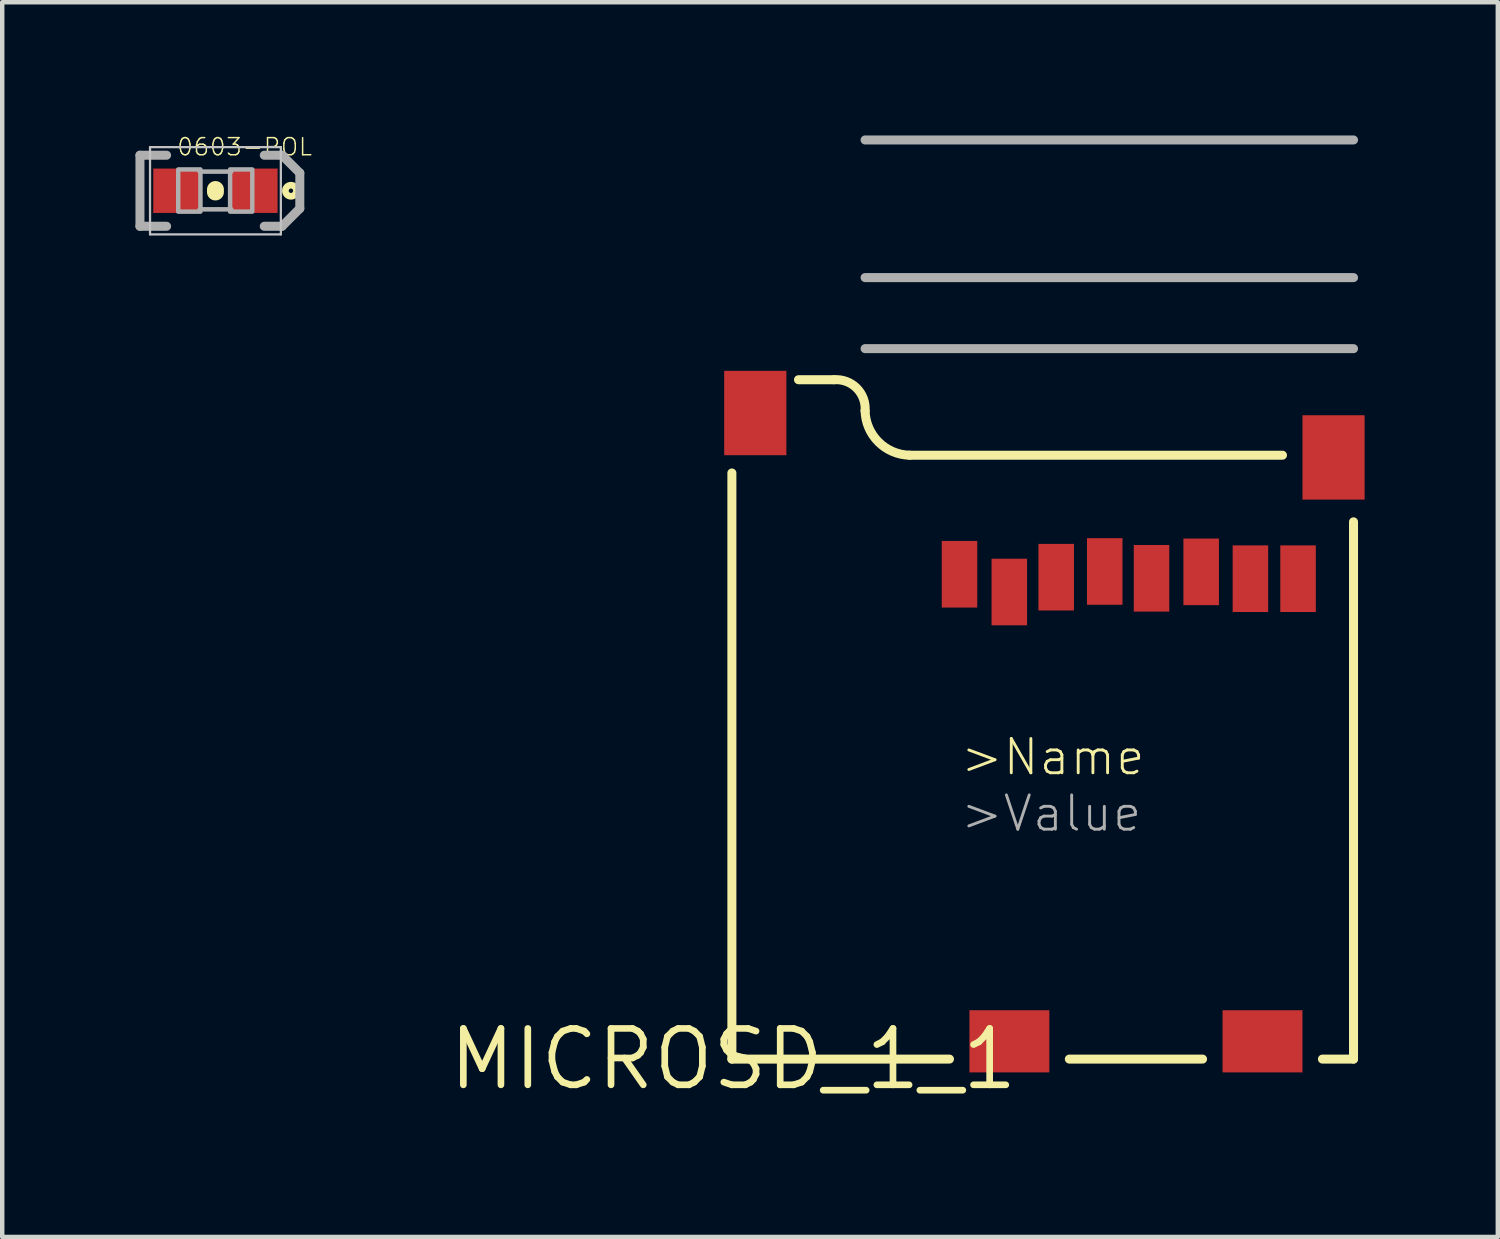
<source format=kicad_pcb>
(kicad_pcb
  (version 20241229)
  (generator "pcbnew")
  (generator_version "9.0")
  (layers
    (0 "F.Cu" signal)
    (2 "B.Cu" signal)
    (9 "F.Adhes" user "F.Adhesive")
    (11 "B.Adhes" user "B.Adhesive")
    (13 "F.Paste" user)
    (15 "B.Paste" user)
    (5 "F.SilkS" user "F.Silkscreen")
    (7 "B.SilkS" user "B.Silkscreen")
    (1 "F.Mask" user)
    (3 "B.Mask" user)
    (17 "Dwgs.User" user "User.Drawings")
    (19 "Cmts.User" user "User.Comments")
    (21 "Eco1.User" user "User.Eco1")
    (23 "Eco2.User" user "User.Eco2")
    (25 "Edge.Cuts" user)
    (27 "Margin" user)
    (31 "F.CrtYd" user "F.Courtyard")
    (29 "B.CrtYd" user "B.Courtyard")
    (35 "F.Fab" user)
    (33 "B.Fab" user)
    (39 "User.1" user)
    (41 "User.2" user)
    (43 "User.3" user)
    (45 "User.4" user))
  (footprint "MICROSD_1_1"
    (layer "F.Cu")
    (at 13.463 20.802)
    (property "Reference" "MICROSD_1_1" (at 0 0 0) (layer "F.SilkS") (effects (font (size 1.27 1.27) (thickness 0.15))))
    (attr through_hole)
    (fp_line (start -0.03 0) (end -0.03 -13.2) (stroke (width 0.203) (type solid)) (layer "F.SilkS"))
    (fp_line (start -0.03 0) (end 4.87 0) (stroke (width 0.203) (type solid)) (layer "F.SilkS"))
    (fp_line (start 2.27 -15.3) (end 1.47 -15.3) (stroke (width 0.203) (type solid)) (layer "F.SilkS"))
    (fp_line (start 3.97 -13.6) (end 12.37 -13.6) (stroke (width 0.203) (type solid)) (layer "F.SilkS"))
    (fp_line (start 10.57 0) (end 7.57 0) (stroke (width 0.203) (type solid)) (layer "F.SilkS"))
    (fp_line (start 13.97 -12.1) (end 13.97 0) (stroke (width 0.203) (type solid)) (layer "F.SilkS"))
    (fp_line (start 13.97 0) (end 13.27 0) (stroke (width 0.203) (type solid)) (layer "F.SilkS"))
    (fp_arc (start 2.27 -15.3) (mid 2.780977 -15.110977) (end 2.97 -14.6) (stroke (width 0.2032) (type solid)) (layer "F.SilkS"))
    (fp_arc (start 3.969998 -13.6) (mid 3.269999 -13.9) (end 2.97 -14.6) (stroke (width 0.2032) (type solid)) (layer "F.SilkS"))
    (fp_line (start 2.97 -16) (end 13.97 -16) (stroke (width 0.203) (type solid)) (layer "F.Fab"))
    (fp_line (start 13.97 -20.7) (end 2.97 -20.7) (stroke (width 0.203) (type solid)) (layer "F.Fab"))
    (fp_line (start 13.97 -17.6) (end 2.97 -17.6) (stroke (width 0.203) (type solid)) (layer "F.Fab"))
    (fp_text user ">Name" (at 5.08 -6.35 0) (layer "F.SilkS") (effects (font (size 0.772 0.772) (thickness 0.065)) (justify left bottom)))
    (fp_text user ">Value" (at 5.08 -5.08 0) (layer "F.Fab") (effects (font (size 0.772 0.772) (thickness 0.065)) (justify left bottom)))
    (pad "1" smd rect (at 5.096 -10.919) (size 0.8 1.5) (layers "F.Cu" "F.Mask" "F.Paste"))
    (pad "2" smd rect (at 6.218 -10.519) (size 0.8 1.5) (layers "F.Cu" "F.Mask" "F.Paste"))
    (pad "3" smd rect (at 7.274 -10.853) (size 0.8 1.5) (layers "F.Cu" "F.Mask" "F.Paste"))
    (pad "4" smd rect (at 8.367 -10.982) (size 0.8 1.5) (layers "F.Cu" "F.Mask" "F.Paste"))
    (pad "5" smd rect (at 9.421 -10.828) (size 0.8 1.5) (layers "F.Cu" "F.Mask" "F.Paste"))
    (pad "6" smd rect (at 10.539 -10.973) (size 0.8 1.5) (layers "F.Cu" "F.Mask" "F.Paste"))
    (pad "7" smd rect (at 11.648 -10.819) (size 0.8 1.5) (layers "F.Cu" "F.Mask" "F.Paste"))
    (pad "8" smd rect (at 12.721 -10.819) (size 0.8 1.5) (layers "F.Cu" "F.Mask" "F.Paste"))
    (pad "CD1" smd rect (at 11.92 -0.4) (size 1.8 1.4) (layers "F.Cu" "F.Mask" "F.Paste"))
    (pad "CD2" smd rect (at 6.22 -0.4) (size 1.8 1.4) (layers "F.Cu" "F.Mask" "F.Paste"))
    (pad "GND1" smd rect (at 0.497 -14.55) (size 1.4 1.9) (layers "F.Cu" "F.Mask" "F.Paste"))
    (pad "GND3" smd rect (at 13.52 -13.55) (size 1.4 1.9) (layers "F.Cu" "F.Mask" "F.Paste")))
  (footprint "0603-POL"
    (layer "F.Cu")
    (at 1.802 1.246)
    (property "Reference" "0603-POL" (at -0.889 -0.762 0) (layer "F.SilkS") (effects (font (size 0.386 0.386) (thickness 0.033)) (justify left bottom)))
    (attr through_hole)
    (fp_line (start 0 -0.028) (end 0 0.028) (stroke (width 0.381) (type solid)) (layer "F.SilkS"))
    (fp_circle (center 1.7 0) (end 1.75 0) (stroke (width 0.15) (type solid)) (fill no) (layer "F.SilkS"))
    (fp_line (start -1.473 -0.983) (end 1.473 -0.983) (stroke (width 0.051) (type solid)) (layer "Dwgs.User"))
    (fp_line (start -1.473 0.983) (end -1.473 -0.983) (stroke (width 0.051) (type solid)) (layer "Dwgs.User"))
    (fp_line (start 1.473 -0.983) (end 1.473 0.983) (stroke (width 0.051) (type solid)) (layer "Dwgs.User"))
    (fp_line (start 1.473 0.983) (end -1.473 0.983) (stroke (width 0.051) (type solid)) (layer "Dwgs.User"))
    (fp_line (start -1.7 -0.8) (end -1.1 -0.8) (stroke (width 0.203) (type solid)) (layer "F.Fab"))
    (fp_line (start -1.7 0.8) (end -1.7 -0.8) (stroke (width 0.203) (type solid)) (layer "F.Fab"))
    (fp_line (start -1.1 0.8) (end -1.7 0.8) (stroke (width 0.203) (type solid)) (layer "F.Fab"))
    (fp_line (start -0.356 -0.432) (end 0.356 -0.432) (stroke (width 0.102) (type solid)) (layer "F.Fab"))
    (fp_line (start -0.356 0.419) (end 0.356 0.419) (stroke (width 0.102) (type solid)) (layer "F.Fab"))
    (fp_line (start 1.1 0.8) (end 1.5 0.8) (stroke (width 0.203) (type solid)) (layer "F.Fab"))
    (fp_line (start 1.5 -0.8) (end 1.1 -0.8) (stroke (width 0.203) (type solid)) (layer "F.Fab"))
    (fp_line (start 1.5 0.8) (end 1.9 0.4) (stroke (width 0.203) (type solid)) (layer "F.Fab"))
    (fp_line (start 1.9 -0.4) (end 1.5 -0.8) (stroke (width 0.203) (type solid)) (layer "F.Fab"))
    (fp_line (start 1.9 0.4) (end 1.9 -0.4) (stroke (width 0.203) (type solid)) (layer "F.Fab"))
    (fp_poly (pts (xy -0.838 0.47) (xy -0.338 0.47) (xy -0.338 -0.48) (xy -0.838 -0.48)) (stroke (width 0.1) (type solid)) (fill no) (layer "F.Fab"))
    (fp_poly (pts (xy 0.33 0.47) (xy 0.83 0.47) (xy 0.83 -0.48) (xy 0.33 -0.48)) (stroke (width 0.1) (type solid)) (fill no) (layer "F.Fab"))
    (pad "A" smd rect (at 0.85 0) (size 1.1 1) (layers "F.Cu" "F.Mask" "F.Paste"))
    (pad "K" smd rect (at -0.85 0) (size 1.1 1) (layers "F.Cu" "F.Mask" "F.Paste")))
  (gr_rect
    (start -3 -3)
    (end 30.683 24.808)
    (stroke (width 0.1) (type default))
    (fill no)
    (layer "Edge.Cuts")))
</source>
